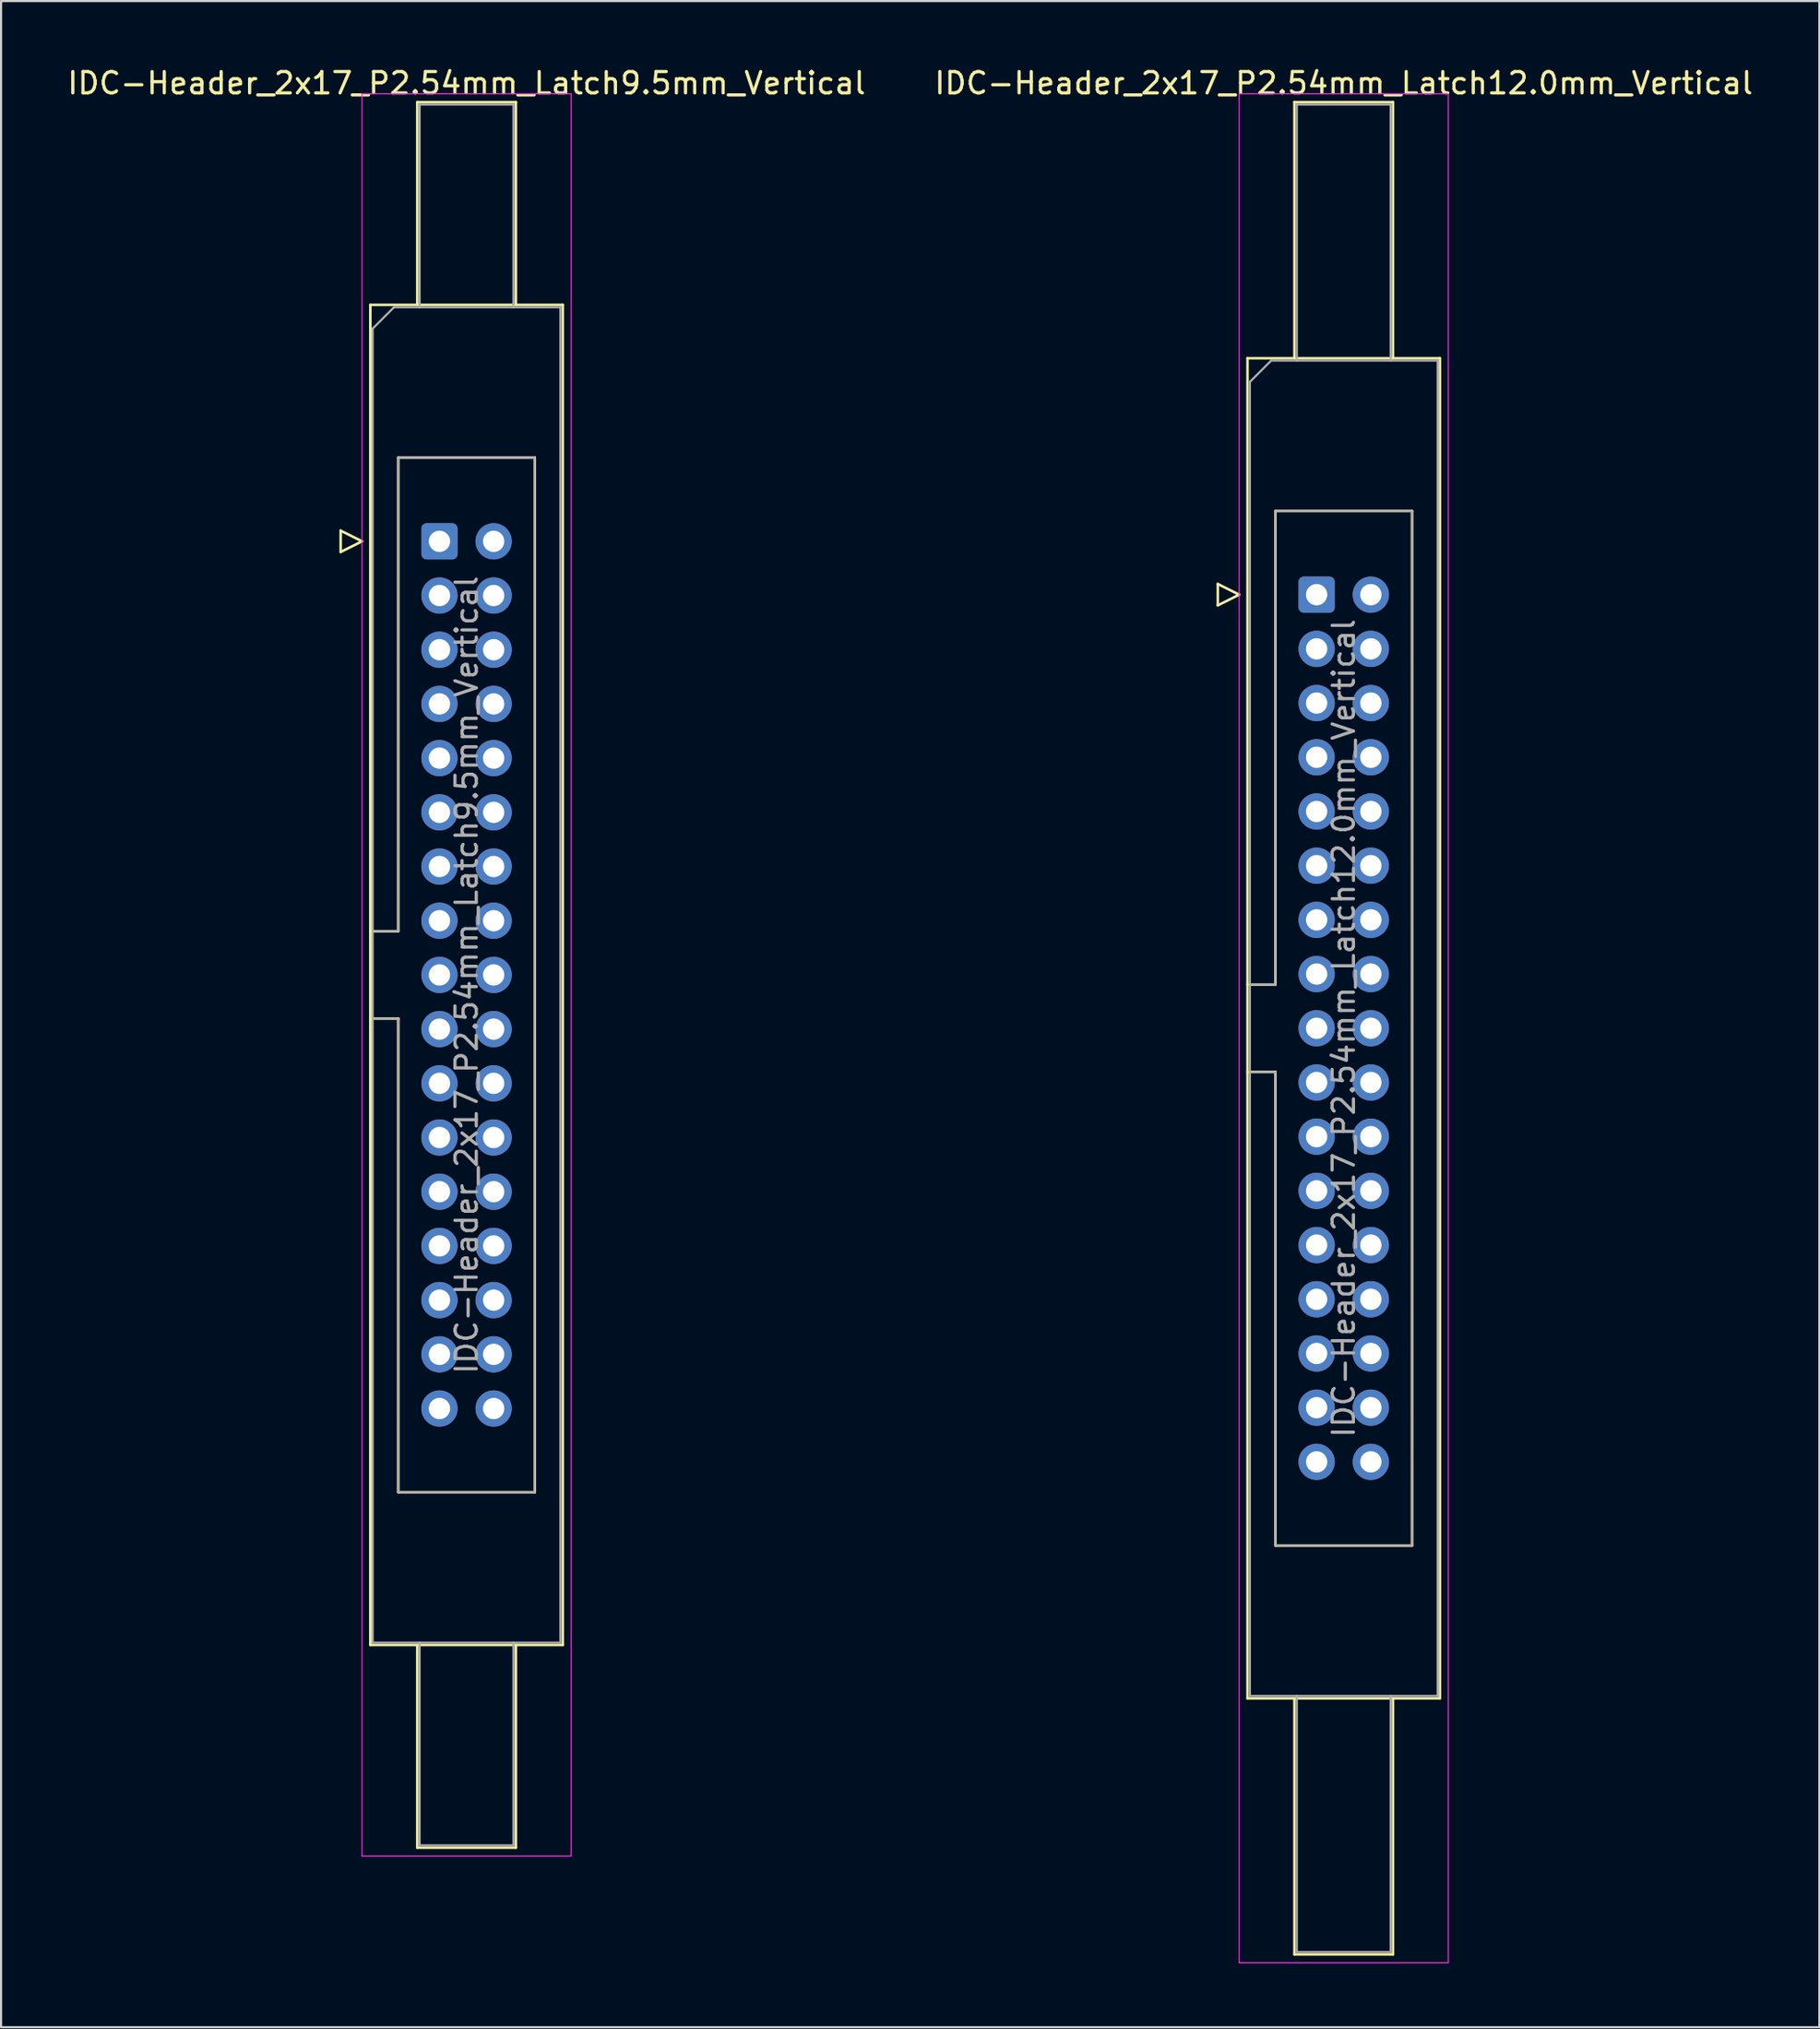
<source format=kicad_pcb>
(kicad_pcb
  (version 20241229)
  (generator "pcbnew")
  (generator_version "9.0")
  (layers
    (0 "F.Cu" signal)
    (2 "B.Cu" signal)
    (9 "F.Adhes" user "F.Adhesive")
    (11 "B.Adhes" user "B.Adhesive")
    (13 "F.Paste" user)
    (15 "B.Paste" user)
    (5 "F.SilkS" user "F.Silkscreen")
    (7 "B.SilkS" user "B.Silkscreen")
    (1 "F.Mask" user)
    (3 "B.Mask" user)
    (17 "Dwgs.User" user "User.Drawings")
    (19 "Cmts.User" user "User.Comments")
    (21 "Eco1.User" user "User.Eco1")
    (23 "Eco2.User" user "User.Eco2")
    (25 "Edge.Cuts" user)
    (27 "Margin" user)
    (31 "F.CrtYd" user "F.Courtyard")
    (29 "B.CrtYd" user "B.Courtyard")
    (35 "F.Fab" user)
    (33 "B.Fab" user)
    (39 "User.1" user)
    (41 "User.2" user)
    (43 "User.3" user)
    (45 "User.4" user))
  (footprint "IDC-Header_2x17_P2.54mm_Latch12.0mm_Vertical"
    (layer "F.Cu")
    (at 58.653 24.818)
    (property "Reference" "IDC-Header_2x17_P2.54mm_Latch12.0mm_Vertical" (at 1.27 -23.97 0) (layer "F.SilkS") (effects (font (size 1 1) (thickness 0.15))))
    (attr through_hole)
    (fp_line (start -4.63 -0.5) (end -4.63 0.5) (stroke (width 0.12) (type solid)) (layer "F.SilkS"))
    (fp_line (start -4.63 0.5) (end -3.63 0) (stroke (width 0.12) (type solid)) (layer "F.SilkS"))
    (fp_line (start -3.63 0) (end -4.63 -0.5) (stroke (width 0.12) (type solid)) (layer "F.SilkS"))
    (fp_line (start -3.24 -11.08) (end 5.78 -11.08) (stroke (width 0.12) (type solid)) (layer "F.SilkS"))
    (fp_line (start -3.24 18.27) (end -1.93 18.27) (stroke (width 0.12) (type solid)) (layer "F.SilkS"))
    (fp_line (start -3.24 51.72) (end -3.24 -11.08) (stroke (width 0.12) (type solid)) (layer "F.SilkS"))
    (fp_line (start -1.93 -3.92) (end 4.47 -3.92) (stroke (width 0.12) (type solid)) (layer "F.SilkS"))
    (fp_line (start -1.93 18.27) (end -1.93 -3.92) (stroke (width 0.12) (type solid)) (layer "F.SilkS"))
    (fp_line (start -1.93 22.37) (end -3.24 22.37) (stroke (width 0.12) (type solid)) (layer "F.SilkS"))
    (fp_line (start -1.93 22.37) (end -1.93 22.37) (stroke (width 0.12) (type solid)) (layer "F.SilkS"))
    (fp_line (start -1.93 44.56) (end -1.93 22.37) (stroke (width 0.12) (type solid)) (layer "F.SilkS"))
    (fp_line (start -1.04 -23.08) (end 3.58 -23.08) (stroke (width 0.12) (type solid)) (layer "F.SilkS"))
    (fp_line (start -1.04 -11.08) (end -1.04 -23.08) (stroke (width 0.12) (type solid)) (layer "F.SilkS"))
    (fp_line (start -1.04 51.72) (end -1.04 63.72) (stroke (width 0.12) (type solid)) (layer "F.SilkS"))
    (fp_line (start -1.04 63.72) (end 3.58 63.72) (stroke (width 0.12) (type solid)) (layer "F.SilkS"))
    (fp_line (start 3.58 -23.08) (end 3.58 -11.08) (stroke (width 0.12) (type solid)) (layer "F.SilkS"))
    (fp_line (start 3.58 63.72) (end 3.58 51.72) (stroke (width 0.12) (type solid)) (layer "F.SilkS"))
    (fp_line (start 4.47 -3.92) (end 4.47 44.56) (stroke (width 0.12) (type solid)) (layer "F.SilkS"))
    (fp_line (start 4.47 44.56) (end -1.93 44.56) (stroke (width 0.12) (type solid)) (layer "F.SilkS"))
    (fp_line (start 5.78 -11.08) (end 5.78 51.72) (stroke (width 0.12) (type solid)) (layer "F.SilkS"))
    (fp_line (start 5.78 51.72) (end -3.24 51.72) (stroke (width 0.12) (type solid)) (layer "F.SilkS"))
    (fp_line (start -3.63 -23.47) (end -3.63 64.11) (stroke (width 0.05) (type solid)) (layer "F.CrtYd"))
    (fp_line (start -3.63 64.11) (end 6.17 64.11) (stroke (width 0.05) (type solid)) (layer "F.CrtYd"))
    (fp_line (start 6.17 -23.47) (end -3.63 -23.47) (stroke (width 0.05) (type solid)) (layer "F.CrtYd"))
    (fp_line (start 6.17 64.11) (end 6.17 -23.47) (stroke (width 0.05) (type solid)) (layer "F.CrtYd"))
    (fp_line (start -3.13 -9.97) (end -2.13 -10.97) (stroke (width 0.1) (type solid)) (layer "F.Fab"))
    (fp_line (start -3.13 18.27) (end -1.93 18.27) (stroke (width 0.1) (type solid)) (layer "F.Fab"))
    (fp_line (start -3.13 51.61) (end -3.13 -9.97) (stroke (width 0.1) (type solid)) (layer "F.Fab"))
    (fp_line (start -2.13 -10.97) (end 5.67 -10.97) (stroke (width 0.1) (type solid)) (layer "F.Fab"))
    (fp_line (start -1.93 -3.92) (end 4.47 -3.92) (stroke (width 0.1) (type solid)) (layer "F.Fab"))
    (fp_line (start -1.93 18.27) (end -1.93 -3.92) (stroke (width 0.1) (type solid)) (layer "F.Fab"))
    (fp_line (start -1.93 22.37) (end -3.13 22.37) (stroke (width 0.1) (type solid)) (layer "F.Fab"))
    (fp_line (start -1.93 22.37) (end -1.93 22.37) (stroke (width 0.1) (type solid)) (layer "F.Fab"))
    (fp_line (start -1.93 44.56) (end -1.93 22.37) (stroke (width 0.1) (type solid)) (layer "F.Fab"))
    (fp_line (start -0.93 -22.97) (end 3.47 -22.97) (stroke (width 0.1) (type solid)) (layer "F.Fab"))
    (fp_line (start -0.93 -10.97) (end -0.93 -22.97) (stroke (width 0.1) (type solid)) (layer "F.Fab"))
    (fp_line (start -0.93 51.61) (end -0.93 63.61) (stroke (width 0.1) (type solid)) (layer "F.Fab"))
    (fp_line (start -0.93 63.61) (end 3.47 63.61) (stroke (width 0.1) (type solid)) (layer "F.Fab"))
    (fp_line (start 3.47 -22.97) (end 3.47 -10.97) (stroke (width 0.1) (type solid)) (layer "F.Fab"))
    (fp_line (start 3.47 63.61) (end 3.47 51.61) (stroke (width 0.1) (type solid)) (layer "F.Fab"))
    (fp_line (start 4.47 -3.92) (end 4.47 44.56) (stroke (width 0.1) (type solid)) (layer "F.Fab"))
    (fp_line (start 4.47 44.56) (end -1.93 44.56) (stroke (width 0.1) (type solid)) (layer "F.Fab"))
    (fp_line (start 5.67 -10.97) (end 5.67 51.61) (stroke (width 0.1) (type solid)) (layer "F.Fab"))
    (fp_line (start 5.67 51.61) (end -3.13 51.61) (stroke (width 0.1) (type solid)) (layer "F.Fab"))
    (fp_text user "${REFERENCE}" (at 1.27 20.32 90) (layer "F.Fab") (effects (font (size 1 1) (thickness 0.15))))
    (pad "1" thru_hole roundrect (at 0 0) (size 1.7 1.7) (drill 1) (layers "*.Cu" "*.Mask") (roundrect_rratio 0.147))
    (pad "2" thru_hole circle (at 2.54 0) (size 1.7 1.7) (drill 1) (layers "*.Cu" "*.Mask"))
    (pad "3" thru_hole circle (at 0 2.54) (size 1.7 1.7) (drill 1) (layers "*.Cu" "*.Mask"))
    (pad "4" thru_hole circle (at 2.54 2.54) (size 1.7 1.7) (drill 1) (layers "*.Cu" "*.Mask"))
    (pad "5" thru_hole circle (at 0 5.08) (size 1.7 1.7) (drill 1) (layers "*.Cu" "*.Mask"))
    (pad "6" thru_hole circle (at 2.54 5.08) (size 1.7 1.7) (drill 1) (layers "*.Cu" "*.Mask"))
    (pad "7" thru_hole circle (at 0 7.62) (size 1.7 1.7) (drill 1) (layers "*.Cu" "*.Mask"))
    (pad "8" thru_hole circle (at 2.54 7.62) (size 1.7 1.7) (drill 1) (layers "*.Cu" "*.Mask"))
    (pad "9" thru_hole circle (at 0 10.16) (size 1.7 1.7) (drill 1) (layers "*.Cu" "*.Mask"))
    (pad "10" thru_hole circle (at 2.54 10.16) (size 1.7 1.7) (drill 1) (layers "*.Cu" "*.Mask"))
    (pad "11" thru_hole circle (at 0 12.7) (size 1.7 1.7) (drill 1) (layers "*.Cu" "*.Mask"))
    (pad "12" thru_hole circle (at 2.54 12.7) (size 1.7 1.7) (drill 1) (layers "*.Cu" "*.Mask"))
    (pad "13" thru_hole circle (at 0 15.24) (size 1.7 1.7) (drill 1) (layers "*.Cu" "*.Mask"))
    (pad "14" thru_hole circle (at 2.54 15.24) (size 1.7 1.7) (drill 1) (layers "*.Cu" "*.Mask"))
    (pad "15" thru_hole circle (at 0 17.78) (size 1.7 1.7) (drill 1) (layers "*.Cu" "*.Mask"))
    (pad "16" thru_hole circle (at 2.54 17.78) (size 1.7 1.7) (drill 1) (layers "*.Cu" "*.Mask"))
    (pad "17" thru_hole circle (at 0 20.32) (size 1.7 1.7) (drill 1) (layers "*.Cu" "*.Mask"))
    (pad "18" thru_hole circle (at 2.54 20.32) (size 1.7 1.7) (drill 1) (layers "*.Cu" "*.Mask"))
    (pad "19" thru_hole circle (at 0 22.86) (size 1.7 1.7) (drill 1) (layers "*.Cu" "*.Mask"))
    (pad "20" thru_hole circle (at 2.54 22.86) (size 1.7 1.7) (drill 1) (layers "*.Cu" "*.Mask"))
    (pad "21" thru_hole circle (at 0 25.4) (size 1.7 1.7) (drill 1) (layers "*.Cu" "*.Mask"))
    (pad "22" thru_hole circle (at 2.54 25.4) (size 1.7 1.7) (drill 1) (layers "*.Cu" "*.Mask"))
    (pad "23" thru_hole circle (at 0 27.94) (size 1.7 1.7) (drill 1) (layers "*.Cu" "*.Mask"))
    (pad "24" thru_hole circle (at 2.54 27.94) (size 1.7 1.7) (drill 1) (layers "*.Cu" "*.Mask"))
    (pad "25" thru_hole circle (at 0 30.48) (size 1.7 1.7) (drill 1) (layers "*.Cu" "*.Mask"))
    (pad "26" thru_hole circle (at 2.54 30.48) (size 1.7 1.7) (drill 1) (layers "*.Cu" "*.Mask"))
    (pad "27" thru_hole circle (at 0 33.02) (size 1.7 1.7) (drill 1) (layers "*.Cu" "*.Mask"))
    (pad "28" thru_hole circle (at 2.54 33.02) (size 1.7 1.7) (drill 1) (layers "*.Cu" "*.Mask"))
    (pad "29" thru_hole circle (at 0 35.56) (size 1.7 1.7) (drill 1) (layers "*.Cu" "*.Mask"))
    (pad "30" thru_hole circle (at 2.54 35.56) (size 1.7 1.7) (drill 1) (layers "*.Cu" "*.Mask"))
    (pad "31" thru_hole circle (at 0 38.1) (size 1.7 1.7) (drill 1) (layers "*.Cu" "*.Mask"))
    (pad "32" thru_hole circle (at 2.54 38.1) (size 1.7 1.7) (drill 1) (layers "*.Cu" "*.Mask"))
    (pad "33" thru_hole circle (at 0 40.64) (size 1.7 1.7) (drill 1) (layers "*.Cu" "*.Mask"))
    (pad "34" thru_hole circle (at 2.54 40.64) (size 1.7 1.7) (drill 1) (layers "*.Cu" "*.Mask")))
  (footprint "IDC-Header_2x17_P2.54mm_Latch9.5mm_Vertical"
    (layer "F.Cu")
    (at 17.545 22.318)
    (property "Reference" "IDC-Header_2x17_P2.54mm_Latch9.5mm_Vertical" (at 1.27 -21.47 0) (layer "F.SilkS") (effects (font (size 1 1) (thickness 0.15))))
    (attr through_hole)
    (fp_line (start -4.63 -0.5) (end -4.63 0.5) (stroke (width 0.12) (type solid)) (layer "F.SilkS"))
    (fp_line (start -4.63 0.5) (end -3.63 0) (stroke (width 0.12) (type solid)) (layer "F.SilkS"))
    (fp_line (start -3.63 0) (end -4.63 -0.5) (stroke (width 0.12) (type solid)) (layer "F.SilkS"))
    (fp_line (start -3.24 -11.08) (end 5.78 -11.08) (stroke (width 0.12) (type solid)) (layer "F.SilkS"))
    (fp_line (start -3.24 18.27) (end -1.93 18.27) (stroke (width 0.12) (type solid)) (layer "F.SilkS"))
    (fp_line (start -3.24 51.72) (end -3.24 -11.08) (stroke (width 0.12) (type solid)) (layer "F.SilkS"))
    (fp_line (start -1.93 -3.92) (end 4.47 -3.92) (stroke (width 0.12) (type solid)) (layer "F.SilkS"))
    (fp_line (start -1.93 18.27) (end -1.93 -3.92) (stroke (width 0.12) (type solid)) (layer "F.SilkS"))
    (fp_line (start -1.93 22.37) (end -3.24 22.37) (stroke (width 0.12) (type solid)) (layer "F.SilkS"))
    (fp_line (start -1.93 22.37) (end -1.93 22.37) (stroke (width 0.12) (type solid)) (layer "F.SilkS"))
    (fp_line (start -1.93 44.56) (end -1.93 22.37) (stroke (width 0.12) (type solid)) (layer "F.SilkS"))
    (fp_line (start -1.04 -20.58) (end 3.58 -20.58) (stroke (width 0.12) (type solid)) (layer "F.SilkS"))
    (fp_line (start -1.04 -11.08) (end -1.04 -20.58) (stroke (width 0.12) (type solid)) (layer "F.SilkS"))
    (fp_line (start -1.04 51.72) (end -1.04 61.22) (stroke (width 0.12) (type solid)) (layer "F.SilkS"))
    (fp_line (start -1.04 61.22) (end 3.58 61.22) (stroke (width 0.12) (type solid)) (layer "F.SilkS"))
    (fp_line (start 3.58 -20.58) (end 3.58 -11.08) (stroke (width 0.12) (type solid)) (layer "F.SilkS"))
    (fp_line (start 3.58 61.22) (end 3.58 51.72) (stroke (width 0.12) (type solid)) (layer "F.SilkS"))
    (fp_line (start 4.47 -3.92) (end 4.47 44.56) (stroke (width 0.12) (type solid)) (layer "F.SilkS"))
    (fp_line (start 4.47 44.56) (end -1.93 44.56) (stroke (width 0.12) (type solid)) (layer "F.SilkS"))
    (fp_line (start 5.78 -11.08) (end 5.78 51.72) (stroke (width 0.12) (type solid)) (layer "F.SilkS"))
    (fp_line (start 5.78 51.72) (end -3.24 51.72) (stroke (width 0.12) (type solid)) (layer "F.SilkS"))
    (fp_line (start -3.63 -20.97) (end -3.63 61.61) (stroke (width 0.05) (type solid)) (layer "F.CrtYd"))
    (fp_line (start -3.63 61.61) (end 6.17 61.61) (stroke (width 0.05) (type solid)) (layer "F.CrtYd"))
    (fp_line (start 6.17 -20.97) (end -3.63 -20.97) (stroke (width 0.05) (type solid)) (layer "F.CrtYd"))
    (fp_line (start 6.17 61.61) (end 6.17 -20.97) (stroke (width 0.05) (type solid)) (layer "F.CrtYd"))
    (fp_line (start -3.13 -9.97) (end -2.13 -10.97) (stroke (width 0.1) (type solid)) (layer "F.Fab"))
    (fp_line (start -3.13 18.27) (end -1.93 18.27) (stroke (width 0.1) (type solid)) (layer "F.Fab"))
    (fp_line (start -3.13 51.61) (end -3.13 -9.97) (stroke (width 0.1) (type solid)) (layer "F.Fab"))
    (fp_line (start -2.13 -10.97) (end 5.67 -10.97) (stroke (width 0.1) (type solid)) (layer "F.Fab"))
    (fp_line (start -1.93 -3.92) (end 4.47 -3.92) (stroke (width 0.1) (type solid)) (layer "F.Fab"))
    (fp_line (start -1.93 18.27) (end -1.93 -3.92) (stroke (width 0.1) (type solid)) (layer "F.Fab"))
    (fp_line (start -1.93 22.37) (end -3.13 22.37) (stroke (width 0.1) (type solid)) (layer "F.Fab"))
    (fp_line (start -1.93 22.37) (end -1.93 22.37) (stroke (width 0.1) (type solid)) (layer "F.Fab"))
    (fp_line (start -1.93 44.56) (end -1.93 22.37) (stroke (width 0.1) (type solid)) (layer "F.Fab"))
    (fp_line (start -0.93 -20.47) (end 3.47 -20.47) (stroke (width 0.1) (type solid)) (layer "F.Fab"))
    (fp_line (start -0.93 -10.97) (end -0.93 -20.47) (stroke (width 0.1) (type solid)) (layer "F.Fab"))
    (fp_line (start -0.93 51.61) (end -0.93 61.11) (stroke (width 0.1) (type solid)) (layer "F.Fab"))
    (fp_line (start -0.93 61.11) (end 3.47 61.11) (stroke (width 0.1) (type solid)) (layer "F.Fab"))
    (fp_line (start 3.47 -20.47) (end 3.47 -10.97) (stroke (width 0.1) (type solid)) (layer "F.Fab"))
    (fp_line (start 3.47 61.11) (end 3.47 51.61) (stroke (width 0.1) (type solid)) (layer "F.Fab"))
    (fp_line (start 4.47 -3.92) (end 4.47 44.56) (stroke (width 0.1) (type solid)) (layer "F.Fab"))
    (fp_line (start 4.47 44.56) (end -1.93 44.56) (stroke (width 0.1) (type solid)) (layer "F.Fab"))
    (fp_line (start 5.67 -10.97) (end 5.67 51.61) (stroke (width 0.1) (type solid)) (layer "F.Fab"))
    (fp_line (start 5.67 51.61) (end -3.13 51.61) (stroke (width 0.1) (type solid)) (layer "F.Fab"))
    (fp_text user "${REFERENCE}" (at 1.27 20.32 90) (layer "F.Fab") (effects (font (size 1 1) (thickness 0.15))))
    (pad "1" thru_hole roundrect (at 0 0) (size 1.7 1.7) (drill 1) (layers "*.Cu" "*.Mask") (roundrect_rratio 0.147))
    (pad "2" thru_hole circle (at 2.54 0) (size 1.7 1.7) (drill 1) (layers "*.Cu" "*.Mask"))
    (pad "3" thru_hole circle (at 0 2.54) (size 1.7 1.7) (drill 1) (layers "*.Cu" "*.Mask"))
    (pad "4" thru_hole circle (at 2.54 2.54) (size 1.7 1.7) (drill 1) (layers "*.Cu" "*.Mask"))
    (pad "5" thru_hole circle (at 0 5.08) (size 1.7 1.7) (drill 1) (layers "*.Cu" "*.Mask"))
    (pad "6" thru_hole circle (at 2.54 5.08) (size 1.7 1.7) (drill 1) (layers "*.Cu" "*.Mask"))
    (pad "7" thru_hole circle (at 0 7.62) (size 1.7 1.7) (drill 1) (layers "*.Cu" "*.Mask"))
    (pad "8" thru_hole circle (at 2.54 7.62) (size 1.7 1.7) (drill 1) (layers "*.Cu" "*.Mask"))
    (pad "9" thru_hole circle (at 0 10.16) (size 1.7 1.7) (drill 1) (layers "*.Cu" "*.Mask"))
    (pad "10" thru_hole circle (at 2.54 10.16) (size 1.7 1.7) (drill 1) (layers "*.Cu" "*.Mask"))
    (pad "11" thru_hole circle (at 0 12.7) (size 1.7 1.7) (drill 1) (layers "*.Cu" "*.Mask"))
    (pad "12" thru_hole circle (at 2.54 12.7) (size 1.7 1.7) (drill 1) (layers "*.Cu" "*.Mask"))
    (pad "13" thru_hole circle (at 0 15.24) (size 1.7 1.7) (drill 1) (layers "*.Cu" "*.Mask"))
    (pad "14" thru_hole circle (at 2.54 15.24) (size 1.7 1.7) (drill 1) (layers "*.Cu" "*.Mask"))
    (pad "15" thru_hole circle (at 0 17.78) (size 1.7 1.7) (drill 1) (layers "*.Cu" "*.Mask"))
    (pad "16" thru_hole circle (at 2.54 17.78) (size 1.7 1.7) (drill 1) (layers "*.Cu" "*.Mask"))
    (pad "17" thru_hole circle (at 0 20.32) (size 1.7 1.7) (drill 1) (layers "*.Cu" "*.Mask"))
    (pad "18" thru_hole circle (at 2.54 20.32) (size 1.7 1.7) (drill 1) (layers "*.Cu" "*.Mask"))
    (pad "19" thru_hole circle (at 0 22.86) (size 1.7 1.7) (drill 1) (layers "*.Cu" "*.Mask"))
    (pad "20" thru_hole circle (at 2.54 22.86) (size 1.7 1.7) (drill 1) (layers "*.Cu" "*.Mask"))
    (pad "21" thru_hole circle (at 0 25.4) (size 1.7 1.7) (drill 1) (layers "*.Cu" "*.Mask"))
    (pad "22" thru_hole circle (at 2.54 25.4) (size 1.7 1.7) (drill 1) (layers "*.Cu" "*.Mask"))
    (pad "23" thru_hole circle (at 0 27.94) (size 1.7 1.7) (drill 1) (layers "*.Cu" "*.Mask"))
    (pad "24" thru_hole circle (at 2.54 27.94) (size 1.7 1.7) (drill 1) (layers "*.Cu" "*.Mask"))
    (pad "25" thru_hole circle (at 0 30.48) (size 1.7 1.7) (drill 1) (layers "*.Cu" "*.Mask"))
    (pad "26" thru_hole circle (at 2.54 30.48) (size 1.7 1.7) (drill 1) (layers "*.Cu" "*.Mask"))
    (pad "27" thru_hole circle (at 0 33.02) (size 1.7 1.7) (drill 1) (layers "*.Cu" "*.Mask"))
    (pad "28" thru_hole circle (at 2.54 33.02) (size 1.7 1.7) (drill 1) (layers "*.Cu" "*.Mask"))
    (pad "29" thru_hole circle (at 0 35.56) (size 1.7 1.7) (drill 1) (layers "*.Cu" "*.Mask"))
    (pad "30" thru_hole circle (at 2.54 35.56) (size 1.7 1.7) (drill 1) (layers "*.Cu" "*.Mask"))
    (pad "31" thru_hole circle (at 0 38.1) (size 1.7 1.7) (drill 1) (layers "*.Cu" "*.Mask"))
    (pad "32" thru_hole circle (at 2.54 38.1) (size 1.7 1.7) (drill 1) (layers "*.Cu" "*.Mask"))
    (pad "33" thru_hole circle (at 0 40.64) (size 1.7 1.7) (drill 1) (layers "*.Cu" "*.Mask"))
    (pad "34" thru_hole circle (at 2.54 40.64) (size 1.7 1.7) (drill 1) (layers "*.Cu" "*.Mask")))
  (gr_rect
    (start -3 -3)
    (end 82.214 91.953)
    (stroke (width 0.1) (type default))
    (fill no)
    (layer "Edge.Cuts")))
</source>
